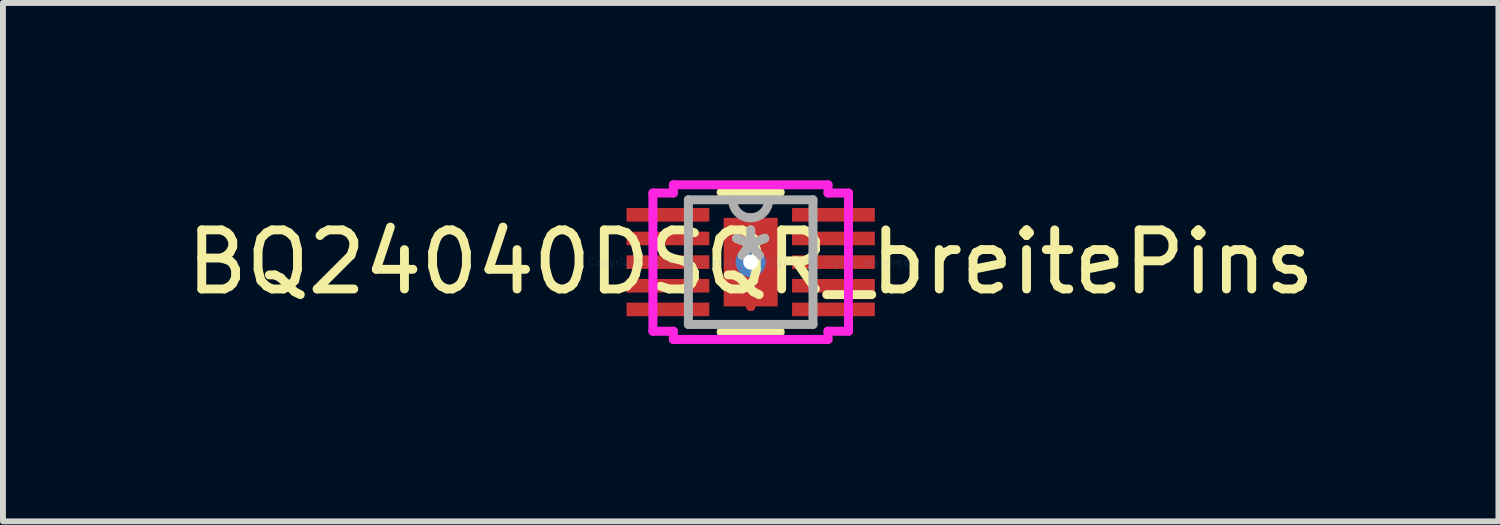
<source format=kicad_pcb>
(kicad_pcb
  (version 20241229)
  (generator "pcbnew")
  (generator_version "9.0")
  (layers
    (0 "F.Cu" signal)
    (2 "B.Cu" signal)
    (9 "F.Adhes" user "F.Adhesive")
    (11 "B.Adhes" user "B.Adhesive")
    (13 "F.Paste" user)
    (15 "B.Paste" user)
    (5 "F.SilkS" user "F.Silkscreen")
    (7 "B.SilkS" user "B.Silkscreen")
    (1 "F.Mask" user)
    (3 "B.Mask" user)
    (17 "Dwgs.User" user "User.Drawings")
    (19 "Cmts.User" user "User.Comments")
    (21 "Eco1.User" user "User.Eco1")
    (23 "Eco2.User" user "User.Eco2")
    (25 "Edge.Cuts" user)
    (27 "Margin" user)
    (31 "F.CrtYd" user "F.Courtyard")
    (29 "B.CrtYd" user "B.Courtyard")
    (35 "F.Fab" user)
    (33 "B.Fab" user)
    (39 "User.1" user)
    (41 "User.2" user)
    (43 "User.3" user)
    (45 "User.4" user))
  (footprint "BQ24040DSQR_breitePins"
    (layer "F.Cu")
    (at 9.649 1.384)
    (property "Reference" "BQ24040DSQR_breitePins" (at 0 0 0) (layer "F.SilkS") (effects (font (size 1 1) (thickness 0.15))))
    (attr through_hole)
    (fp_line (start 0 -0.749) (end 0 -0.749) (stroke (width 0.152) (type solid)) (layer "F.Cu"))
    (fp_line (start 0 -0.749) (end 0 -0.749) (stroke (width 0.152) (type solid)) (layer "F.Cu"))
    (fp_line (start 0 -0.749) (end 0 -0.749) (stroke (width 0.152) (type solid)) (layer "F.Cu"))
    (fp_line (start 0 -0.749) (end 0 -0.749) (stroke (width 0.152) (type solid)) (layer "F.Cu"))
    (fp_line (start 0 -0.749) (end 0 -0.749) (stroke (width 0.152) (type solid)) (layer "F.Cu"))
    (fp_line (start 0 -0.749) (end 0 -0.749) (stroke (width 0.152) (type solid)) (layer "F.Cu"))
    (fp_line (start 0 -0.749) (end 0 -0.749) (stroke (width 0.152) (type solid)) (layer "F.Cu"))
    (fp_line (start 0 -0.749) (end 0 -0.749) (stroke (width 0.152) (type solid)) (layer "F.Cu"))
    (fp_line (start 0 0.749) (end 0 0.749) (stroke (width 0.152) (type solid)) (layer "F.Cu"))
    (fp_line (start 0 0.749) (end 0 0.749) (stroke (width 0.152) (type solid)) (layer "F.Cu"))
    (fp_line (start 0 0.749) (end 0 0.749) (stroke (width 0.152) (type solid)) (layer "F.Cu"))
    (fp_line (start 0 0.749) (end 0 0.749) (stroke (width 0.152) (type solid)) (layer "F.Cu"))
    (fp_line (start 0 0.749) (end 0 0.749) (stroke (width 0.152) (type solid)) (layer "F.Cu"))
    (fp_line (start 0 0.749) (end 0 0.749) (stroke (width 0.152) (type solid)) (layer "F.Cu"))
    (fp_line (start 0 0.749) (end 0 0.749) (stroke (width 0.152) (type solid)) (layer "F.Cu"))
    (fp_line (start 0 0.749) (end 0 0.749) (stroke (width 0.152) (type solid)) (layer "F.Cu"))
    (fp_line (start -0.521 -0.813) (end -0.2 -0.813) (stroke (width 0.152) (type solid)) (layer "F.Mask"))
    (fp_line (start -0.521 -0.813) (end 0.521 -0.813) (stroke (width 0.152) (type solid)) (layer "F.Mask"))
    (fp_line (start -0.521 -0.2) (end -0.521 -0.813) (stroke (width 0.152) (type solid)) (layer "F.Mask"))
    (fp_line (start -0.521 0.2) (end 0.521 0.2) (stroke (width 0.152) (type solid)) (layer "F.Mask"))
    (fp_line (start -0.521 0.813) (end -0.521 -0.813) (stroke (width 0.152) (type solid)) (layer "F.Mask"))
    (fp_line (start -0.521 0.813) (end -0.521 0.2) (stroke (width 0.152) (type solid)) (layer "F.Mask"))
    (fp_line (start -0.2 -0.813) (end -0.2 0.813) (stroke (width 0.152) (type solid)) (layer "F.Mask"))
    (fp_line (start -0.2 0.813) (end -0.521 0.813) (stroke (width 0.152) (type solid)) (layer "F.Mask"))
    (fp_line (start 0 -0.749) (end 0 -0.749) (stroke (width 0.152) (type solid)) (layer "F.Mask"))
    (fp_line (start 0 -0.749) (end 0 -0.749) (stroke (width 0.152) (type solid)) (layer "F.Mask"))
    (fp_line (start 0 -0.749) (end 0 -0.749) (stroke (width 0.152) (type solid)) (layer "F.Mask"))
    (fp_line (start 0 -0.749) (end 0 -0.749) (stroke (width 0.152) (type solid)) (layer "F.Mask"))
    (fp_line (start 0 -0.749) (end 0 -0.749) (stroke (width 0.152) (type solid)) (layer "F.Mask"))
    (fp_line (start 0 -0.749) (end 0 -0.749) (stroke (width 0.152) (type solid)) (layer "F.Mask"))
    (fp_line (start 0 -0.749) (end 0 -0.749) (stroke (width 0.152) (type solid)) (layer "F.Mask"))
    (fp_line (start 0 -0.749) (end 0 -0.749) (stroke (width 0.152) (type solid)) (layer "F.Mask"))
    (fp_line (start 0 0.749) (end 0 0.749) (stroke (width 0.152) (type solid)) (layer "F.Mask"))
    (fp_line (start 0 0.749) (end 0 0.749) (stroke (width 0.152) (type solid)) (layer "F.Mask"))
    (fp_line (start 0 0.749) (end 0 0.749) (stroke (width 0.152) (type solid)) (layer "F.Mask"))
    (fp_line (start 0 0.749) (end 0 0.749) (stroke (width 0.152) (type solid)) (layer "F.Mask"))
    (fp_line (start 0 0.749) (end 0 0.749) (stroke (width 0.152) (type solid)) (layer "F.Mask"))
    (fp_line (start 0 0.749) (end 0 0.749) (stroke (width 0.152) (type solid)) (layer "F.Mask"))
    (fp_line (start 0 0.749) (end 0 0.749) (stroke (width 0.152) (type solid)) (layer "F.Mask"))
    (fp_line (start 0 0.749) (end 0 0.749) (stroke (width 0.152) (type solid)) (layer "F.Mask"))
    (fp_line (start 0.2 -0.813) (end 0.521 -0.813) (stroke (width 0.152) (type solid)) (layer "F.Mask"))
    (fp_line (start 0.2 0.813) (end 0.2 -0.813) (stroke (width 0.152) (type solid)) (layer "F.Mask"))
    (fp_line (start 0.521 -0.813) (end 0.521 -0.2) (stroke (width 0.152) (type solid)) (layer "F.Mask"))
    (fp_line (start 0.521 -0.813) (end 0.521 0.813) (stroke (width 0.152) (type solid)) (layer "F.Mask"))
    (fp_line (start 0.521 -0.2) (end -0.521 -0.2) (stroke (width 0.152) (type solid)) (layer "F.Mask"))
    (fp_line (start 0.521 0.2) (end 0.521 0.813) (stroke (width 0.152) (type solid)) (layer "F.Mask"))
    (fp_line (start 0.521 0.813) (end -0.521 0.813) (stroke (width 0.152) (type solid)) (layer "F.Mask"))
    (fp_line (start 0.521 0.813) (end 0.2 0.813) (stroke (width 0.152) (type solid)) (layer "F.Mask"))
    (fp_line (start -0.5 1.181) (end 0.5 1.181) (stroke (width 0.152) (type solid)) (layer "F.SilkS"))
    (fp_line (start 0.5 -1.181) (end -0.5 -1.181) (stroke (width 0.152) (type solid)) (layer "F.SilkS"))
    (fp_line (start -0.382 -0.674) (end -0.382 -0.1) (stroke (width 0.152) (type solid)) (layer "F.Paste"))
    (fp_line (start -0.382 -0.1) (end -0.241 -0.1) (stroke (width 0.152) (type solid)) (layer "F.Paste"))
    (fp_line (start -0.382 0.1) (end -0.382 0.674) (stroke (width 0.152) (type solid)) (layer "F.Paste"))
    (fp_line (start -0.382 0.674) (end -0.1 0.674) (stroke (width 0.152) (type solid)) (layer "F.Paste"))
    (fp_line (start -0.241 -0.1) (end -0.241 -0.1) (stroke (width 0.152) (type solid)) (layer "F.Paste"))
    (fp_line (start -0.241 -0.1) (end -0.1 -0.241) (stroke (width 0.152) (type solid)) (layer "F.Paste"))
    (fp_line (start -0.241 0.1) (end -0.382 0.1) (stroke (width 0.152) (type solid)) (layer "F.Paste"))
    (fp_line (start -0.241 0.1) (end -0.241 0.1) (stroke (width 0.152) (type solid)) (layer "F.Paste"))
    (fp_line (start -0.1 -0.674) (end -0.382 -0.674) (stroke (width 0.152) (type solid)) (layer "F.Paste"))
    (fp_line (start -0.1 -0.241) (end -0.1 -0.674) (stroke (width 0.152) (type solid)) (layer "F.Paste"))
    (fp_line (start -0.1 -0.241) (end -0.1 -0.241) (stroke (width 0.152) (type solid)) (layer "F.Paste"))
    (fp_line (start -0.1 0.241) (end -0.241 0.1) (stroke (width 0.152) (type solid)) (layer "F.Paste"))
    (fp_line (start -0.1 0.241) (end -0.1 0.241) (stroke (width 0.152) (type solid)) (layer "F.Paste"))
    (fp_line (start -0.1 0.674) (end -0.1 0.241) (stroke (width 0.152) (type solid)) (layer "F.Paste"))
    (fp_line (start 0.1 -0.674) (end 0.1 -0.241) (stroke (width 0.152) (type solid)) (layer "F.Paste"))
    (fp_line (start 0.1 -0.241) (end 0.1 -0.241) (stroke (width 0.152) (type solid)) (layer "F.Paste"))
    (fp_line (start 0.1 -0.241) (end 0.241 -0.1) (stroke (width 0.152) (type solid)) (layer "F.Paste"))
    (fp_line (start 0.1 0.241) (end 0.1 0.241) (stroke (width 0.152) (type solid)) (layer "F.Paste"))
    (fp_line (start 0.1 0.241) (end 0.1 0.674) (stroke (width 0.152) (type solid)) (layer "F.Paste"))
    (fp_line (start 0.1 0.674) (end 0.382 0.674) (stroke (width 0.152) (type solid)) (layer "F.Paste"))
    (fp_line (start 0.241 -0.1) (end 0.241 -0.1) (stroke (width 0.152) (type solid)) (layer "F.Paste"))
    (fp_line (start 0.241 -0.1) (end 0.382 -0.1) (stroke (width 0.152) (type solid)) (layer "F.Paste"))
    (fp_line (start 0.241 0.1) (end 0.1 0.241) (stroke (width 0.152) (type solid)) (layer "F.Paste"))
    (fp_line (start 0.241 0.1) (end 0.241 0.1) (stroke (width 0.152) (type solid)) (layer "F.Paste"))
    (fp_line (start 0.382 -0.674) (end 0.1 -0.674) (stroke (width 0.152) (type solid)) (layer "F.Paste"))
    (fp_line (start 0.382 -0.1) (end 0.382 -0.674) (stroke (width 0.152) (type solid)) (layer "F.Paste"))
    (fp_line (start 0.382 0.1) (end 0.241 0.1) (stroke (width 0.152) (type solid)) (layer "F.Paste"))
    (fp_line (start 0.382 0.674) (end 0.382 0.1) (stroke (width 0.152) (type solid)) (layer "F.Paste"))
    (fp_line (start -1.654 -1.169) (end -1.308 -1.169) (stroke (width 0.152) (type solid)) (layer "F.CrtYd"))
    (fp_line (start -1.654 1.169) (end -1.654 -1.169) (stroke (width 0.152) (type solid)) (layer "F.CrtYd"))
    (fp_line (start -1.308 -1.308) (end 1.308 -1.308) (stroke (width 0.152) (type solid)) (layer "F.CrtYd"))
    (fp_line (start -1.308 -1.169) (end -1.308 -1.308) (stroke (width 0.152) (type solid)) (layer "F.CrtYd"))
    (fp_line (start -1.308 1.169) (end -1.654 1.169) (stroke (width 0.152) (type solid)) (layer "F.CrtYd"))
    (fp_line (start -1.308 1.308) (end -1.308 1.169) (stroke (width 0.152) (type solid)) (layer "F.CrtYd"))
    (fp_line (start 1.308 -1.308) (end 1.308 -1.169) (stroke (width 0.152) (type solid)) (layer "F.CrtYd"))
    (fp_line (start 1.308 -1.169) (end 1.654 -1.169) (stroke (width 0.152) (type solid)) (layer "F.CrtYd"))
    (fp_line (start 1.308 1.169) (end 1.308 1.308) (stroke (width 0.152) (type solid)) (layer "F.CrtYd"))
    (fp_line (start 1.308 1.308) (end -1.308 1.308) (stroke (width 0.152) (type solid)) (layer "F.CrtYd"))
    (fp_line (start 1.654 -1.169) (end 1.654 1.169) (stroke (width 0.152) (type solid)) (layer "F.CrtYd"))
    (fp_line (start 1.654 1.169) (end 1.308 1.169) (stroke (width 0.152) (type solid)) (layer "F.CrtYd"))
    (fp_line (start -1.054 -1.054) (end -1.054 1.054) (stroke (width 0.152) (type solid)) (layer "F.Fab"))
    (fp_line (start -1.054 1.054) (end 1.054 1.054) (stroke (width 0.152) (type solid)) (layer "F.Fab"))
    (fp_line (start 1.054 -1.054) (end -1.054 -1.054) (stroke (width 0.152) (type solid)) (layer "F.Fab"))
    (fp_line (start 1.054 1.054) (end 1.054 -1.054) (stroke (width 0.152) (type solid)) (layer "F.Fab"))
    (fp_arc (start 0.3048 -1.0541) (mid 0 -0.7493) (end -0.3048 -1.0541) (stroke (width 0.1524) (type solid)) (layer "F.Fab"))
    (fp_text user "*" (at 0 0 0) (layer "F.SilkS") (effects (font (size 1 1) (thickness 0.15))))
    (fp_text user "Copyright 2016 Accelerated Designs. All rights reserved." (at 0 0 0) (layer "Cmts.User") (effects (font (size 0.127 0.127) (thickness 0.002))))
    (fp_text user "*" (at 0 0 0) (layer "F.Fab") (effects (font (size 1 1) (thickness 0.15))))
    (pad "1" smd rect (at -1.4 -0.8) (size 1.4 0.23) (layers "F.Cu" "F.Mask" "F.Paste"))
    (pad "2" smd rect (at -1.4 -0.4) (size 1.4 0.23) (layers "F.Cu" "F.Mask" "F.Paste"))
    (pad "3" smd rect (at -1.4 0) (size 1.4 0.23) (layers "F.Cu" "F.Mask" "F.Paste"))
    (pad "4" smd rect (at -1.4 0.4) (size 1.4 0.23) (layers "F.Cu" "F.Mask" "F.Paste"))
    (pad "5" smd rect (at -1.4 0.8) (size 1.4 0.23) (layers "F.Cu" "F.Mask" "F.Paste"))
    (pad "6" smd rect (at 1.4 0.8) (size 1.4 0.23) (layers "F.Cu" "F.Mask" "F.Paste"))
    (pad "7" smd rect (at 1.4 0.4) (size 1.4 0.23) (layers "F.Cu" "F.Mask" "F.Paste"))
    (pad "8" smd rect (at 1.4 0) (size 1.4 0.23) (layers "F.Cu" "F.Mask" "F.Paste"))
    (pad "9" smd rect (at 1.4 -0.4) (size 1.4 0.23) (layers "F.Cu" "F.Mask" "F.Paste"))
    (pad "10" smd rect (at 1.4 -0.8) (size 1.4 0.23) (layers "F.Cu" "F.Mask" "F.Paste"))
    (pad "11" smd rect (at 0 0) (size 0.914 1.499) (layers "F.Cu" "F.Mask" "F.Paste"))
    (pad "V" thru_hole circle (at 0 0) (size 0.508 0.508) (drill 0.254) (layers "*.Cu" "*.Mask")))
  (gr_rect
    (start -3 -3)
    (end 22.298 5.769)
    (stroke (width 0.1) (type default))
    (fill no)
    (layer "Edge.Cuts")))
</source>
